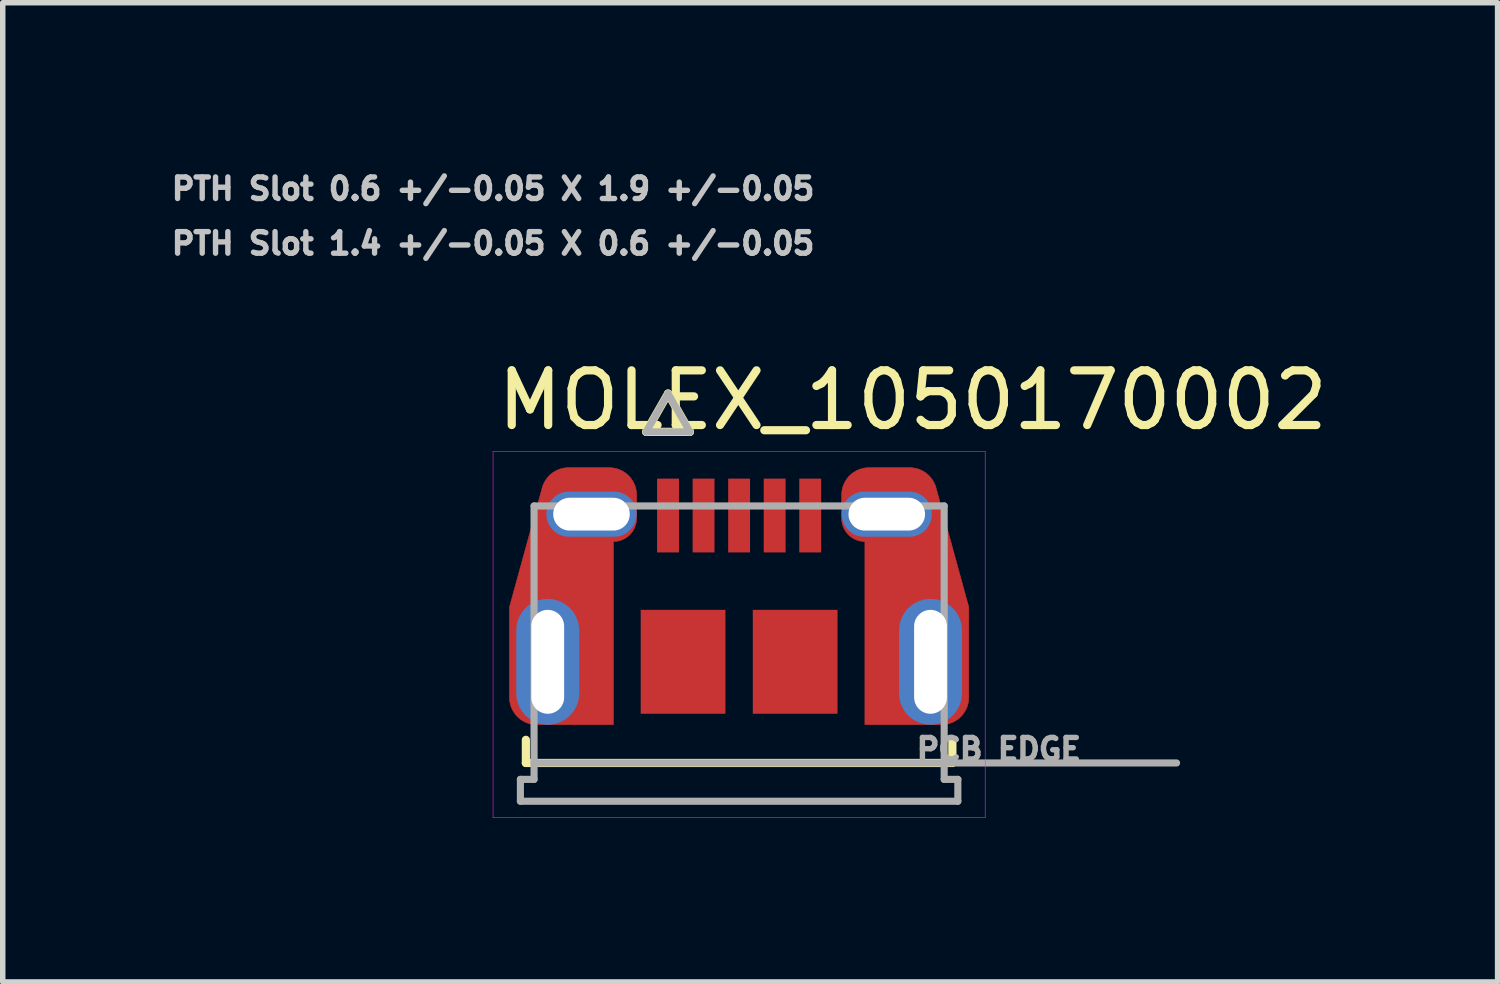
<source format=kicad_pcb>
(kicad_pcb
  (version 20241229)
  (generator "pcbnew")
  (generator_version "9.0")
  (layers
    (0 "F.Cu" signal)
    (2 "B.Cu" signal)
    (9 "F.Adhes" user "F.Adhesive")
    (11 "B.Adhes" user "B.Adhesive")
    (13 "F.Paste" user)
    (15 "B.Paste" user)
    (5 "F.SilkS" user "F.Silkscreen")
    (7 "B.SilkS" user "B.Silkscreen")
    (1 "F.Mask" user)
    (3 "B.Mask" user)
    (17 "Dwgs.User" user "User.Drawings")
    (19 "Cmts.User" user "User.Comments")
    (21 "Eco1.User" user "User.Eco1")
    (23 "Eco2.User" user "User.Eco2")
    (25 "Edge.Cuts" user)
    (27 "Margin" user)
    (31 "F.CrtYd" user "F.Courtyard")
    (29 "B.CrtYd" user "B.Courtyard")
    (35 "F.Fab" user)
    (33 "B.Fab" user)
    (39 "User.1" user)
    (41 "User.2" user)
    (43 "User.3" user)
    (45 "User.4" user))
  (footprint "MOLEX_1050170002"
    (layer "F.Cu")
    (at 10.467 10.903)
    (property "Reference" "MOLEX_1050170002" (at 3.175 -6.635 0) (layer "F.SilkS") (effects (font (size 1 1) (thickness 0.15))))
    (attr smd)
    (fp_poly (pts (xy -2.3 -0.7) (xy -2.3 -4.05) (xy -2.278 -4.051) (xy -2.256 -4.052) (xy -2.234 -4.055) (xy -2.212 -4.059) (xy -2.19 -4.064) (xy -2.169 -4.071) (xy -2.148 -4.078) (xy -2.127 -4.087) (xy -2.107 -4.096) (xy -2.087 -4.107) (xy -2.069 -4.119) (xy -2.05 -4.131) (xy -2.033 -4.145) (xy -2.016 -4.159) (xy -1.999 -4.174) (xy -1.984 -4.191) (xy -1.97 -4.208) (xy -1.956 -4.225) (xy -1.944 -4.244) (xy -1.932 -4.263) (xy -1.921 -4.282) (xy -1.912 -4.302) (xy -1.903 -4.323) (xy -1.896 -4.344) (xy -1.889 -4.365) (xy -1.884 -4.387) (xy -1.88 -4.409) (xy -1.877 -4.431) (xy -1.876 -4.453) (xy -1.875 -4.475) (xy -1.875 -4.9) (xy -1.876 -4.926) (xy -1.878 -4.952) (xy -1.881 -4.978) (xy -1.886 -5.004) (xy -1.892 -5.029) (xy -1.899 -5.055) (xy -1.908 -5.079) (xy -1.918 -5.103) (xy -1.929 -5.127) (xy -1.942 -5.15) (xy -1.956 -5.172) (xy -1.97 -5.194) (xy -1.986 -5.215) (xy -2.003 -5.235) (xy -2.021 -5.254) (xy -2.04 -5.272) (xy -2.06 -5.289) (xy -2.081 -5.305) (xy -2.103 -5.319) (xy -2.125 -5.333) (xy -2.148 -5.346) (xy -2.172 -5.357) (xy -2.196 -5.367) (xy -2.22 -5.376) (xy -2.246 -5.383) (xy -2.271 -5.389) (xy -2.297 -5.394) (xy -2.323 -5.397) (xy -2.349 -5.399) (xy -2.375 -5.4) (xy -3.119 -5.4) (xy -3.141 -5.4) (xy -3.162 -5.398) (xy -3.184 -5.396) (xy -3.206 -5.392) (xy -3.227 -5.388) (xy -3.248 -5.383) (xy -3.269 -5.377) (xy -3.29 -5.37) (xy -3.31 -5.362) (xy -3.33 -5.353) (xy -3.35 -5.344) (xy -3.369 -5.333) (xy -3.387 -5.322) (xy -3.406 -5.31) (xy -3.423 -5.297) (xy -3.44 -5.283) (xy -3.457 -5.269) (xy -3.472 -5.254) (xy -3.487 -5.238) (xy -3.502 -5.221) (xy -3.515 -5.204) (xy -3.528 -5.187) (xy -3.54 -5.169) (xy -3.552 -5.15) (xy -3.562 -5.131) (xy -3.572 -5.111) (xy -3.581 -5.091) (xy -3.589 -5.071) (xy -3.596 -5.05) (xy -3.601 -5.032) (xy -4.2 -2.85) (xy -4.2 -1.2) (xy -4.199 -1.174) (xy -4.197 -1.148) (xy -4.194 -1.122) (xy -4.189 -1.096) (xy -4.183 -1.071) (xy -4.176 -1.045) (xy -4.167 -1.021) (xy -4.157 -0.997) (xy -4.146 -0.973) (xy -4.133 -0.95) (xy -4.119 -0.928) (xy -4.105 -0.906) (xy -4.089 -0.885) (xy -4.072 -0.865) (xy -4.054 -0.846) (xy -4.035 -0.828) (xy -4.015 -0.811) (xy -3.994 -0.795) (xy -3.972 -0.781) (xy -3.95 -0.767) (xy -3.927 -0.754) (xy -3.903 -0.743) (xy -3.879 -0.733) (xy -3.855 -0.724) (xy -3.829 -0.717) (xy -3.804 -0.711) (xy -3.778 -0.706) (xy -3.752 -0.703) (xy -3.726 -0.701) (xy -3.7 -0.7) (xy -2.3 -0.7)) (stroke (width 0.01) (type solid)) (fill yes) (layer "F.Cu"))
    (fp_poly (pts (xy 2.3 -0.7) (xy 2.3 -4.05) (xy 2.278 -4.051) (xy 2.256 -4.052) (xy 2.234 -4.055) (xy 2.212 -4.059) (xy 2.19 -4.064) (xy 2.169 -4.071) (xy 2.148 -4.078) (xy 2.127 -4.087) (xy 2.107 -4.096) (xy 2.087 -4.107) (xy 2.069 -4.119) (xy 2.05 -4.131) (xy 2.033 -4.145) (xy 2.016 -4.159) (xy 1.999 -4.174) (xy 1.984 -4.191) (xy 1.97 -4.208) (xy 1.956 -4.225) (xy 1.944 -4.244) (xy 1.932 -4.262) (xy 1.921 -4.282) (xy 1.912 -4.302) (xy 1.903 -4.323) (xy 1.896 -4.344) (xy 1.889 -4.365) (xy 1.884 -4.387) (xy 1.88 -4.409) (xy 1.877 -4.431) (xy 1.876 -4.453) (xy 1.875 -4.475) (xy 1.875 -4.9) (xy 1.876 -4.926) (xy 1.878 -4.952) (xy 1.881 -4.978) (xy 1.886 -5.004) (xy 1.892 -5.029) (xy 1.899 -5.055) (xy 1.908 -5.079) (xy 1.918 -5.103) (xy 1.929 -5.127) (xy 1.942 -5.15) (xy 1.956 -5.172) (xy 1.97 -5.194) (xy 1.986 -5.215) (xy 2.003 -5.235) (xy 2.021 -5.254) (xy 2.04 -5.272) (xy 2.06 -5.289) (xy 2.081 -5.305) (xy 2.103 -5.319) (xy 2.125 -5.333) (xy 2.148 -5.346) (xy 2.172 -5.357) (xy 2.196 -5.367) (xy 2.22 -5.376) (xy 2.246 -5.383) (xy 2.271 -5.389) (xy 2.297 -5.394) (xy 2.323 -5.397) (xy 2.349 -5.399) (xy 2.375 -5.4) (xy 3.119 -5.4) (xy 3.141 -5.4) (xy 3.162 -5.398) (xy 3.184 -5.396) (xy 3.206 -5.392) (xy 3.227 -5.388) (xy 3.248 -5.383) (xy 3.269 -5.377) (xy 3.29 -5.37) (xy 3.31 -5.362) (xy 3.33 -5.353) (xy 3.35 -5.344) (xy 3.369 -5.333) (xy 3.387 -5.322) (xy 3.406 -5.31) (xy 3.423 -5.297) (xy 3.44 -5.283) (xy 3.457 -5.269) (xy 3.472 -5.254) (xy 3.487 -5.238) (xy 3.502 -5.221) (xy 3.515 -5.204) (xy 3.528 -5.187) (xy 3.54 -5.169) (xy 3.552 -5.15) (xy 3.562 -5.131) (xy 3.572 -5.111) (xy 3.581 -5.091) (xy 3.589 -5.071) (xy 3.596 -5.05) (xy 3.601 -5.032) (xy 4.2 -2.85) (xy 4.2 -1.2) (xy 4.199 -1.174) (xy 4.197 -1.148) (xy 4.194 -1.122) (xy 4.189 -1.096) (xy 4.183 -1.071) (xy 4.176 -1.045) (xy 4.167 -1.021) (xy 4.157 -0.997) (xy 4.146 -0.973) (xy 4.133 -0.95) (xy 4.119 -0.928) (xy 4.105 -0.906) (xy 4.089 -0.885) (xy 4.072 -0.865) (xy 4.054 -0.846) (xy 4.035 -0.828) (xy 4.015 -0.811) (xy 3.994 -0.795) (xy 3.972 -0.781) (xy 3.95 -0.767) (xy 3.927 -0.754) (xy 3.903 -0.743) (xy 3.879 -0.733) (xy 3.855 -0.724) (xy 3.829 -0.717) (xy 3.804 -0.711) (xy 3.778 -0.706) (xy 3.752 -0.703) (xy 3.726 -0.701) (xy 3.7 -0.7) (xy 2.3 -0.7)) (stroke (width 0.01) (type solid)) (fill yes) (layer "F.Cu"))
    (fp_poly (pts (xy -1.863 -2.864) (xy -0.186 -2.864) (xy -0.186 -0.837) (xy -1.863 -0.837)) (stroke (width 0.01) (type solid)) (fill yes) (layer "F.Mask"))
    (fp_poly (pts (xy -1.563 -5.263) (xy -1.036 -5.263) (xy -1.036 -3.787) (xy -1.563 -3.787)) (stroke (width 0.01) (type solid)) (fill yes) (layer "F.Mask"))
    (fp_poly (pts (xy -0.913 -5.263) (xy -0.387 -5.263) (xy -0.387 -3.787) (xy -0.913 -3.787)) (stroke (width 0.01) (type solid)) (fill yes) (layer "F.Mask"))
    (fp_poly (pts (xy -0.264 -5.263) (xy 0.264 -5.263) (xy 0.264 -3.787) (xy -0.264 -3.787)) (stroke (width 0.01) (type solid)) (fill yes) (layer "F.Mask"))
    (fp_poly (pts (xy 0.186 -2.864) (xy 1.863 -2.864) (xy 1.863 -0.837) (xy 0.186 -0.837)) (stroke (width 0.01) (type solid)) (fill yes) (layer "F.Mask"))
    (fp_poly (pts (xy 0.387 -5.263) (xy 0.913 -5.263) (xy 0.913 -3.787) (xy 0.387 -3.787)) (stroke (width 0.01) (type solid)) (fill yes) (layer "F.Mask"))
    (fp_poly (pts (xy 1.036 -5.263) (xy 1.563 -5.263) (xy 1.563 -3.787) (xy 1.036 -3.787)) (stroke (width 0.01) (type solid)) (fill yes) (layer "F.Mask"))
    (fp_poly (pts (xy -2.236 -0.636) (xy -2.236 -3.986) (xy -2.217 -3.99) (xy -2.196 -3.995) (xy -2.176 -4) (xy -2.156 -4.006) (xy -2.136 -4.013) (xy -2.117 -4.021) (xy -2.098 -4.03) (xy -2.079 -4.039) (xy -2.06 -4.049) (xy -2.042 -4.06) (xy -2.025 -4.072) (xy -2.008 -4.084) (xy -1.991 -4.097) (xy -1.975 -4.111) (xy -1.96 -4.125) (xy -1.945 -4.14) (xy -1.931 -4.155) (xy -1.917 -4.171) (xy -1.904 -4.188) (xy -1.892 -4.205) (xy -1.881 -4.223) (xy -1.87 -4.241) (xy -1.86 -4.259) (xy -1.851 -4.278) (xy -1.842 -4.297) (xy -1.834 -4.317) (xy -1.828 -4.337) (xy -1.821 -4.357) (xy -1.816 -4.377) (xy -1.812 -4.399) (xy -1.812 -4.9) (xy -1.812 -4.929) (xy -1.815 -4.959) (xy -1.818 -4.988) (xy -1.824 -5.017) (xy -1.831 -5.046) (xy -1.839 -5.074) (xy -1.849 -5.102) (xy -1.86 -5.129) (xy -1.873 -5.156) (xy -1.887 -5.182) (xy -1.902 -5.207) (xy -1.919 -5.231) (xy -1.937 -5.255) (xy -1.956 -5.277) (xy -1.977 -5.298) (xy -1.998 -5.319) (xy -2.02 -5.338) (xy -2.044 -5.356) (xy -2.068 -5.373) (xy -2.093 -5.388) (xy -2.119 -5.402) (xy -2.146 -5.415) (xy -2.173 -5.426) (xy -2.201 -5.436) (xy -2.229 -5.444) (xy -2.258 -5.451) (xy -2.287 -5.457) (xy -2.316 -5.46) (xy -2.346 -5.463) (xy -2.375 -5.463) (xy -3.101 -5.463) (xy -3.124 -5.463) (xy -3.148 -5.462) (xy -3.173 -5.46) (xy -3.197 -5.457) (xy -3.221 -5.452) (xy -3.245 -5.447) (xy -3.269 -5.441) (xy -3.292 -5.433) (xy -3.315 -5.425) (xy -3.338 -5.416) (xy -3.36 -5.405) (xy -3.382 -5.394) (xy -3.403 -5.382) (xy -3.424 -5.369) (xy -3.444 -5.355) (xy -3.464 -5.34) (xy -3.482 -5.324) (xy -3.501 -5.308) (xy -3.518 -5.29) (xy -3.535 -5.273) (xy -3.551 -5.254) (xy -3.566 -5.235) (xy -3.58 -5.215) (xy -3.593 -5.194) (xy -3.606 -5.173) (xy -3.617 -5.151) (xy -3.628 -5.129) (xy -3.638 -5.107) (xy -3.646 -5.084) (xy -3.655 -5.056) (xy -4.263 -2.876) (xy -4.263 -1.2) (xy -4.263 -1.171) (xy -4.26 -1.141) (xy -4.257 -1.112) (xy -4.251 -1.083) (xy -4.244 -1.054) (xy -4.236 -1.026) (xy -4.226 -0.998) (xy -4.215 -0.971) (xy -4.202 -0.944) (xy -4.188 -0.918) (xy -4.173 -0.893) (xy -4.156 -0.869) (xy -4.138 -0.845) (xy -4.119 -0.823) (xy -4.098 -0.802) (xy -4.077 -0.781) (xy -4.055 -0.762) (xy -4.031 -0.744) (xy -4.007 -0.727) (xy -3.982 -0.712) (xy -3.956 -0.698) (xy -3.929 -0.685) (xy -3.902 -0.674) (xy -3.874 -0.664) (xy -3.846 -0.656) (xy -3.817 -0.649) (xy -3.788 -0.643) (xy -3.759 -0.64) (xy -3.729 -0.637) (xy -3.7 -0.636) (xy -2.236 -0.636) (xy -2.236 -0.636)) (stroke (width 0.01) (type solid)) (fill yes) (layer "F.Mask"))
    (fp_poly (pts (xy 2.236 -0.636) (xy 2.236 -3.986) (xy 2.217 -3.99) (xy 2.196 -3.995) (xy 2.176 -4) (xy 2.156 -4.006) (xy 2.136 -4.013) (xy 2.117 -4.021) (xy 2.098 -4.03) (xy 2.079 -4.039) (xy 2.06 -4.049) (xy 2.042 -4.06) (xy 2.025 -4.072) (xy 2.008 -4.084) (xy 1.991 -4.097) (xy 1.975 -4.111) (xy 1.96 -4.125) (xy 1.945 -4.14) (xy 1.931 -4.155) (xy 1.917 -4.171) (xy 1.904 -4.188) (xy 1.892 -4.205) (xy 1.881 -4.223) (xy 1.87 -4.241) (xy 1.86 -4.259) (xy 1.851 -4.278) (xy 1.842 -4.297) (xy 1.834 -4.317) (xy 1.828 -4.337) (xy 1.821 -4.357) (xy 1.816 -4.377) (xy 1.812 -4.399) (xy 1.812 -4.9) (xy 1.812 -4.929) (xy 1.815 -4.959) (xy 1.818 -4.988) (xy 1.824 -5.017) (xy 1.831 -5.046) (xy 1.839 -5.074) (xy 1.849 -5.102) (xy 1.86 -5.129) (xy 1.873 -5.156) (xy 1.887 -5.182) (xy 1.902 -5.207) (xy 1.919 -5.231) (xy 1.937 -5.255) (xy 1.956 -5.277) (xy 1.977 -5.298) (xy 1.998 -5.319) (xy 2.02 -5.338) (xy 2.044 -5.356) (xy 2.068 -5.373) (xy 2.093 -5.388) (xy 2.119 -5.402) (xy 2.146 -5.415) (xy 2.173 -5.426) (xy 2.201 -5.436) (xy 2.229 -5.444) (xy 2.258 -5.451) (xy 2.287 -5.457) (xy 2.316 -5.46) (xy 2.346 -5.463) (xy 2.375 -5.463) (xy 3.101 -5.463) (xy 3.124 -5.463) (xy 3.148 -5.462) (xy 3.173 -5.46) (xy 3.197 -5.457) (xy 3.221 -5.452) (xy 3.245 -5.447) (xy 3.269 -5.441) (xy 3.292 -5.433) (xy 3.315 -5.425) (xy 3.338 -5.416) (xy 3.36 -5.405) (xy 3.382 -5.394) (xy 3.403 -5.382) (xy 3.424 -5.369) (xy 3.444 -5.355) (xy 3.464 -5.34) (xy 3.482 -5.324) (xy 3.501 -5.308) (xy 3.518 -5.29) (xy 3.535 -5.273) (xy 3.551 -5.254) (xy 3.566 -5.235) (xy 3.58 -5.215) (xy 3.593 -5.194) (xy 3.606 -5.173) (xy 3.617 -5.151) (xy 3.628 -5.129) (xy 3.638 -5.107) (xy 3.646 -5.084) (xy 3.655 -5.056) (xy 4.263 -2.876) (xy 4.263 -1.2) (xy 4.263 -1.171) (xy 4.26 -1.141) (xy 4.257 -1.112) (xy 4.251 -1.083) (xy 4.244 -1.054) (xy 4.236 -1.026) (xy 4.226 -0.998) (xy 4.215 -0.971) (xy 4.202 -0.944) (xy 4.188 -0.918) (xy 4.173 -0.893) (xy 4.156 -0.869) (xy 4.138 -0.845) (xy 4.119 -0.823) (xy 4.098 -0.802) (xy 4.077 -0.781) (xy 4.055 -0.762) (xy 4.031 -0.744) (xy 4.007 -0.727) (xy 3.982 -0.712) (xy 3.956 -0.698) (xy 3.929 -0.685) (xy 3.902 -0.674) (xy 3.874 -0.664) (xy 3.846 -0.656) (xy 3.817 -0.649) (xy 3.788 -0.643) (xy 3.759 -0.64) (xy 3.729 -0.637) (xy 3.7 -0.636) (xy 2.236 -0.636) (xy 2.236 -0.636)) (stroke (width 0.01) (type solid)) (fill yes) (layer "F.Mask"))
    (fp_poly (pts (xy -3.112 -5.026) (xy -2.288 -5.026) (xy -2.263 -5.025) (xy -2.238 -5.023) (xy -2.213 -5.02) (xy -2.189 -5.016) (xy -2.164 -5.01) (xy -2.14 -5.003) (xy -2.117 -4.994) (xy -2.094 -4.985) (xy -2.071 -4.974) (xy -2.05 -4.962) (xy -2.028 -4.949) (xy -2.008 -4.935) (xy -1.988 -4.92) (xy -1.969 -4.904) (xy -1.951 -4.887) (xy -1.934 -4.869) (xy -1.918 -4.85) (xy -1.902 -4.83) (xy -1.888 -4.809) (xy -1.875 -4.788) (xy -1.863 -4.766) (xy -1.853 -4.744) (xy -1.843 -4.721) (xy -1.835 -4.697) (xy -1.828 -4.673) (xy -1.822 -4.649) (xy -1.817 -4.624) (xy -1.814 -4.6) (xy -1.812 -4.575) (xy -1.812 -4.55) (xy -1.812 -4.525) (xy -1.814 -4.5) (xy -1.817 -4.476) (xy -1.822 -4.451) (xy -1.828 -4.427) (xy -1.835 -4.403) (xy -1.843 -4.379) (xy -1.853 -4.356) (xy -1.863 -4.334) (xy -1.875 -4.312) (xy -1.888 -4.291) (xy -1.902 -4.27) (xy -1.918 -4.25) (xy -1.934 -4.231) (xy -1.951 -4.213) (xy -1.969 -4.196) (xy -1.988 -4.18) (xy -2.008 -4.165) (xy -2.028 -4.151) (xy -2.05 -4.138) (xy -2.071 -4.126) (xy -2.094 -4.115) (xy -2.117 -4.106) (xy -2.14 -4.097) (xy -2.164 -4.09) (xy -2.189 -4.084) (xy -2.213 -4.08) (xy -2.238 -4.077) (xy -2.263 -4.075) (xy -2.288 -4.074) (xy -3.112 -4.074) (xy -3.137 -4.075) (xy -3.162 -4.077) (xy -3.187 -4.08) (xy -3.211 -4.084) (xy -3.236 -4.09) (xy -3.26 -4.097) (xy -3.283 -4.106) (xy -3.306 -4.115) (xy -3.329 -4.126) (xy -3.351 -4.138) (xy -3.372 -4.151) (xy -3.392 -4.165) (xy -3.412 -4.18) (xy -3.431 -4.196) (xy -3.449 -4.213) (xy -3.466 -4.231) (xy -3.482 -4.25) (xy -3.498 -4.27) (xy -3.512 -4.291) (xy -3.525 -4.312) (xy -3.537 -4.334) (xy -3.547 -4.356) (xy -3.557 -4.379) (xy -3.565 -4.403) (xy -3.572 -4.427) (xy -3.578 -4.451) (xy -3.583 -4.476) (xy -3.586 -4.5) (xy -3.588 -4.525) (xy -3.588 -4.55) (xy -3.588 -4.575) (xy -3.586 -4.6) (xy -3.583 -4.624) (xy -3.578 -4.649) (xy -3.572 -4.673) (xy -3.565 -4.697) (xy -3.557 -4.721) (xy -3.547 -4.744) (xy -3.537 -4.766) (xy -3.525 -4.788) (xy -3.512 -4.809) (xy -3.498 -4.83) (xy -3.482 -4.85) (xy -3.466 -4.869) (xy -3.449 -4.887) (xy -3.431 -4.904) (xy -3.412 -4.92) (xy -3.392 -4.935) (xy -3.372 -4.949) (xy -3.35 -4.962) (xy -3.329 -4.974) (xy -3.306 -4.985) (xy -3.283 -4.994) (xy -3.26 -5.003) (xy -3.236 -5.01) (xy -3.211 -5.016) (xy -3.187 -5.02) (xy -3.162 -5.023) (xy -3.137 -5.025) (xy -3.112 -5.026) (xy -3.112 -5.026)) (stroke (width 0.01) (type solid)) (fill yes) (layer "B.Mask"))
    (fp_poly (pts (xy -2.861 -2.425) (xy -2.861 -1.275) (xy -2.862 -1.242) (xy -2.865 -1.208) (xy -2.869 -1.175) (xy -2.875 -1.142) (xy -2.883 -1.11) (xy -2.893 -1.078) (xy -2.904 -1.046) (xy -2.917 -1.015) (xy -2.931 -0.985) (xy -2.947 -0.956) (xy -2.965 -0.927) (xy -2.983 -0.9) (xy -3.004 -0.873) (xy -3.026 -0.848) (xy -3.049 -0.824) (xy -3.073 -0.801) (xy -3.098 -0.779) (xy -3.125 -0.758) (xy -3.152 -0.74) (xy -3.181 -0.722) (xy -3.21 -0.706) (xy -3.24 -0.692) (xy -3.271 -0.679) (xy -3.303 -0.668) (xy -3.335 -0.658) (xy -3.367 -0.65) (xy -3.4 -0.644) (xy -3.433 -0.64) (xy -3.467 -0.637) (xy -3.5 -0.636) (xy -3.533 -0.637) (xy -3.567 -0.64) (xy -3.6 -0.644) (xy -3.633 -0.65) (xy -3.665 -0.658) (xy -3.697 -0.668) (xy -3.729 -0.679) (xy -3.76 -0.692) (xy -3.79 -0.706) (xy -3.819 -0.722) (xy -3.848 -0.74) (xy -3.875 -0.758) (xy -3.902 -0.779) (xy -3.927 -0.801) (xy -3.951 -0.824) (xy -3.974 -0.848) (xy -3.996 -0.873) (xy -4.017 -0.9) (xy -4.035 -0.927) (xy -4.053 -0.956) (xy -4.069 -0.985) (xy -4.083 -1.015) (xy -4.096 -1.046) (xy -4.107 -1.078) (xy -4.117 -1.11) (xy -4.125 -1.142) (xy -4.131 -1.175) (xy -4.135 -1.208) (xy -4.138 -1.242) (xy -4.138 -1.275) (xy -4.138 -2.425) (xy -4.138 -2.458) (xy -4.135 -2.492) (xy -4.131 -2.525) (xy -4.125 -2.558) (xy -4.117 -2.59) (xy -4.107 -2.622) (xy -4.096 -2.654) (xy -4.083 -2.685) (xy -4.069 -2.715) (xy -4.053 -2.744) (xy -4.035 -2.773) (xy -4.017 -2.8) (xy -3.996 -2.827) (xy -3.974 -2.852) (xy -3.951 -2.876) (xy -3.927 -2.899) (xy -3.902 -2.921) (xy -3.875 -2.942) (xy -3.848 -2.96) (xy -3.819 -2.978) (xy -3.79 -2.994) (xy -3.76 -3.008) (xy -3.729 -3.021) (xy -3.697 -3.032) (xy -3.665 -3.042) (xy -3.633 -3.05) (xy -3.6 -3.056) (xy -3.567 -3.06) (xy -3.533 -3.063) (xy -3.5 -3.063) (xy -3.467 -3.063) (xy -3.433 -3.06) (xy -3.4 -3.056) (xy -3.367 -3.05) (xy -3.335 -3.042) (xy -3.303 -3.032) (xy -3.271 -3.021) (xy -3.24 -3.008) (xy -3.21 -2.994) (xy -3.181 -2.978) (xy -3.152 -2.96) (xy -3.125 -2.942) (xy -3.098 -2.921) (xy -3.073 -2.899) (xy -3.049 -2.876) (xy -3.026 -2.852) (xy -3.004 -2.827) (xy -2.983 -2.8) (xy -2.965 -2.773) (xy -2.947 -2.744) (xy -2.931 -2.715) (xy -2.917 -2.685) (xy -2.904 -2.654) (xy -2.893 -2.622) (xy -2.883 -2.59) (xy -2.875 -2.558) (xy -2.869 -2.525) (xy -2.865 -2.492) (xy -2.862 -2.458) (xy -2.861 -2.425) (xy -2.861 -2.425)) (stroke (width 0.01) (type solid)) (fill yes) (layer "B.Mask"))
    (fp_poly (pts (xy 2.288 -5.026) (xy 3.112 -5.026) (xy 3.137 -5.025) (xy 3.162 -5.023) (xy 3.187 -5.02) (xy 3.211 -5.016) (xy 3.236 -5.01) (xy 3.26 -5.003) (xy 3.283 -4.994) (xy 3.306 -4.985) (xy 3.329 -4.974) (xy 3.35 -4.962) (xy 3.372 -4.949) (xy 3.392 -4.935) (xy 3.412 -4.92) (xy 3.431 -4.904) (xy 3.449 -4.887) (xy 3.466 -4.869) (xy 3.482 -4.85) (xy 3.498 -4.83) (xy 3.512 -4.809) (xy 3.525 -4.788) (xy 3.537 -4.766) (xy 3.547 -4.744) (xy 3.557 -4.721) (xy 3.565 -4.697) (xy 3.572 -4.673) (xy 3.578 -4.649) (xy 3.583 -4.624) (xy 3.586 -4.6) (xy 3.588 -4.575) (xy 3.588 -4.55) (xy 3.588 -4.525) (xy 3.586 -4.5) (xy 3.583 -4.476) (xy 3.578 -4.451) (xy 3.572 -4.427) (xy 3.565 -4.403) (xy 3.557 -4.379) (xy 3.547 -4.356) (xy 3.537 -4.334) (xy 3.525 -4.312) (xy 3.512 -4.291) (xy 3.498 -4.27) (xy 3.482 -4.25) (xy 3.466 -4.231) (xy 3.449 -4.213) (xy 3.431 -4.196) (xy 3.412 -4.18) (xy 3.392 -4.165) (xy 3.372 -4.151) (xy 3.35 -4.138) (xy 3.329 -4.126) (xy 3.306 -4.115) (xy 3.283 -4.106) (xy 3.26 -4.097) (xy 3.236 -4.09) (xy 3.211 -4.084) (xy 3.187 -4.08) (xy 3.162 -4.077) (xy 3.137 -4.075) (xy 3.112 -4.074) (xy 2.288 -4.074) (xy 2.263 -4.075) (xy 2.238 -4.077) (xy 2.213 -4.08) (xy 2.189 -4.084) (xy 2.164 -4.09) (xy 2.14 -4.097) (xy 2.117 -4.106) (xy 2.094 -4.115) (xy 2.071 -4.126) (xy 2.05 -4.138) (xy 2.028 -4.151) (xy 2.008 -4.165) (xy 1.988 -4.18) (xy 1.969 -4.196) (xy 1.951 -4.213) (xy 1.934 -4.231) (xy 1.918 -4.25) (xy 1.902 -4.27) (xy 1.888 -4.291) (xy 1.875 -4.312) (xy 1.863 -4.334) (xy 1.853 -4.356) (xy 1.843 -4.379) (xy 1.835 -4.403) (xy 1.828 -4.427) (xy 1.822 -4.451) (xy 1.817 -4.476) (xy 1.814 -4.5) (xy 1.812 -4.525) (xy 1.812 -4.55) (xy 1.812 -4.575) (xy 1.814 -4.6) (xy 1.817 -4.624) (xy 1.822 -4.649) (xy 1.828 -4.673) (xy 1.835 -4.697) (xy 1.843 -4.721) (xy 1.853 -4.744) (xy 1.863 -4.766) (xy 1.875 -4.788) (xy 1.888 -4.809) (xy 1.902 -4.83) (xy 1.918 -4.85) (xy 1.934 -4.869) (xy 1.951 -4.887) (xy 1.969 -4.904) (xy 1.988 -4.92) (xy 2.008 -4.935) (xy 2.028 -4.949) (xy 2.05 -4.962) (xy 2.071 -4.974) (xy 2.094 -4.985) (xy 2.117 -4.994) (xy 2.14 -5.003) (xy 2.164 -5.01) (xy 2.189 -5.016) (xy 2.213 -5.02) (xy 2.238 -5.023) (xy 2.263 -5.025) (xy 2.288 -5.026) (xy 2.288 -5.026)) (stroke (width 0.01) (type solid)) (fill yes) (layer "B.Mask"))
    (fp_poly (pts (xy 3.5 -3.063) (xy 3.533 -3.063) (xy 3.567 -3.06) (xy 3.6 -3.056) (xy 3.633 -3.05) (xy 3.665 -3.042) (xy 3.697 -3.032) (xy 3.729 -3.021) (xy 3.76 -3.008) (xy 3.79 -2.994) (xy 3.819 -2.978) (xy 3.848 -2.96) (xy 3.875 -2.942) (xy 3.902 -2.921) (xy 3.927 -2.899) (xy 3.951 -2.876) (xy 3.974 -2.852) (xy 3.996 -2.827) (xy 4.017 -2.8) (xy 4.035 -2.773) (xy 4.053 -2.744) (xy 4.069 -2.715) (xy 4.083 -2.685) (xy 4.096 -2.654) (xy 4.107 -2.622) (xy 4.117 -2.59) (xy 4.125 -2.558) (xy 4.131 -2.525) (xy 4.135 -2.492) (xy 4.138 -2.458) (xy 4.138 -2.425) (xy 4.138 -1.275) (xy 4.138 -1.242) (xy 4.135 -1.208) (xy 4.131 -1.175) (xy 4.125 -1.142) (xy 4.117 -1.11) (xy 4.107 -1.078) (xy 4.096 -1.046) (xy 4.083 -1.015) (xy 4.069 -0.985) (xy 4.053 -0.956) (xy 4.035 -0.927) (xy 4.017 -0.9) (xy 3.996 -0.873) (xy 3.974 -0.848) (xy 3.951 -0.824) (xy 3.927 -0.801) (xy 3.902 -0.779) (xy 3.875 -0.758) (xy 3.848 -0.74) (xy 3.819 -0.722) (xy 3.79 -0.706) (xy 3.76 -0.692) (xy 3.729 -0.679) (xy 3.697 -0.668) (xy 3.665 -0.658) (xy 3.633 -0.65) (xy 3.6 -0.644) (xy 3.567 -0.64) (xy 3.533 -0.637) (xy 3.5 -0.636) (xy 3.467 -0.637) (xy 3.433 -0.64) (xy 3.4 -0.644) (xy 3.367 -0.65) (xy 3.335 -0.658) (xy 3.303 -0.668) (xy 3.271 -0.679) (xy 3.24 -0.692) (xy 3.21 -0.706) (xy 3.181 -0.722) (xy 3.152 -0.74) (xy 3.125 -0.758) (xy 3.098 -0.779) (xy 3.073 -0.801) (xy 3.049 -0.824) (xy 3.026 -0.848) (xy 3.004 -0.873) (xy 2.983 -0.9) (xy 2.965 -0.927) (xy 2.947 -0.956) (xy 2.931 -0.985) (xy 2.917 -1.015) (xy 2.904 -1.046) (xy 2.893 -1.078) (xy 2.883 -1.11) (xy 2.875 -1.142) (xy 2.869 -1.175) (xy 2.865 -1.208) (xy 2.862 -1.242) (xy 2.861 -1.275) (xy 2.861 -2.425) (xy 2.862 -2.458) (xy 2.865 -2.492) (xy 2.869 -2.525) (xy 2.875 -2.558) (xy 2.883 -2.59) (xy 2.893 -2.622) (xy 2.904 -2.654) (xy 2.917 -2.685) (xy 2.931 -2.715) (xy 2.947 -2.744) (xy 2.965 -2.773) (xy 2.983 -2.8) (xy 3.004 -2.827) (xy 3.026 -2.852) (xy 3.049 -2.876) (xy 3.073 -2.899) (xy 3.098 -2.921) (xy 3.125 -2.942) (xy 3.152 -2.96) (xy 3.181 -2.978) (xy 3.21 -2.994) (xy 3.24 -3.008) (xy 3.271 -3.021) (xy 3.303 -3.032) (xy 3.335 -3.042) (xy 3.367 -3.05) (xy 3.4 -3.056) (xy 3.433 -3.06) (xy 3.467 -3.063) (xy 3.5 -3.063) (xy 3.5 -3.063)) (stroke (width 0.01) (type solid)) (fill yes) (layer "B.Mask"))
    (fp_line (start -3.9 0) (end -3.9 -0.423) (stroke (width 0.15) (type solid)) (layer "F.SilkS"))
    (fp_line (start -1.7 -6.055) (end -0.9 -6.055) (stroke (width 0.15) (type solid)) (layer "F.SilkS"))
    (fp_line (start -1.3 -6.755) (end -1.7 -6.055) (stroke (width 0.15) (type solid)) (layer "F.SilkS"))
    (fp_line (start -0.9 -6.055) (end -1.3 -6.755) (stroke (width 0.15) (type solid)) (layer "F.SilkS"))
    (fp_line (start 3.9 0) (end -3.9 0) (stroke (width 0.15) (type solid)) (layer "F.SilkS"))
    (fp_line (start 3.9 0) (end 3.9 -0.423) (stroke (width 0.15) (type solid)) (layer "F.SilkS"))
    (fp_line (start -4.5 -5.7) (end 4.5 -5.7) (stroke (width 0.01) (type solid)) (layer "F.CrtYd"))
    (fp_line (start -4.5 1) (end -4.5 -5.7) (stroke (width 0.01) (type solid)) (layer "F.CrtYd"))
    (fp_line (start 4.5 -5.7) (end 4.5 1) (stroke (width 0.01) (type solid)) (layer "F.CrtYd"))
    (fp_line (start 4.5 1) (end -4.5 1) (stroke (width 0.01) (type solid)) (layer "F.CrtYd"))
    (fp_line (start -4 0.3) (end -3.75 0.3) (stroke (width 0.13) (type solid)) (layer "F.Fab"))
    (fp_line (start -4 0.7) (end -4 0.3) (stroke (width 0.13) (type solid)) (layer "F.Fab"))
    (fp_line (start -3.75 -4.7) (end 3.75 -4.7) (stroke (width 0.13) (type solid)) (layer "F.Fab"))
    (fp_line (start -3.75 0) (end -3.75 -4.7) (stroke (width 0.13) (type solid)) (layer "F.Fab"))
    (fp_line (start -3.75 0.3) (end -3.75 0) (stroke (width 0.13) (type solid)) (layer "F.Fab"))
    (fp_line (start -1.7 -6.055) (end -0.9 -6.055) (stroke (width 0.13) (type solid)) (layer "F.Fab"))
    (fp_line (start -1.3 -6.755) (end -1.7 -6.055) (stroke (width 0.13) (type solid)) (layer "F.Fab"))
    (fp_line (start -0.9 -6.055) (end -1.3 -6.755) (stroke (width 0.13) (type solid)) (layer "F.Fab"))
    (fp_line (start 3.75 -4.7) (end 3.75 0) (stroke (width 0.13) (type solid)) (layer "F.Fab"))
    (fp_line (start 3.75 0) (end -3.75 0) (stroke (width 0.13) (type solid)) (layer "F.Fab"))
    (fp_line (start 3.75 0) (end 8 0) (stroke (width 0.13) (type solid)) (layer "F.Fab"))
    (fp_line (start 3.75 0.3) (end 3.75 0) (stroke (width 0.13) (type solid)) (layer "F.Fab"))
    (fp_line (start 4 0.3) (end 3.75 0.3) (stroke (width 0.13) (type solid)) (layer "F.Fab"))
    (fp_line (start 4 0.7) (end -4 0.7) (stroke (width 0.13) (type solid)) (layer "F.Fab"))
    (fp_line (start 4 0.7) (end 4 0.3) (stroke (width 0.13) (type solid)) (layer "F.Fab"))
    (fp_text user "PTH Slot 1.4 +/-0.05 X 0.6 +/-0.05" (at -4.5 -9.5 0) (layer "Dwgs.User") (effects (font (size 0.394 0.394) (thickness 0.15))))
    (fp_text user "PTH Slot 0.6 +/-0.05 X 1.9 +/-0.05" (at -4.5 -10.5 0) (layer "Dwgs.User") (effects (font (size 0.394 0.394) (thickness 0.15))))
    (fp_text user "PCB EDGE" (at 4.75 -0.25 0) (layer "F.Fab") (effects (font (size 0.394 0.394) (thickness 0.15))))
    (pad "1" smd rect (at -1.3 -4.525) (size 0.4 1.35) (layers "F.Cu" "F.Paste"))
    (pad "2" smd rect (at -0.65 -4.525) (size 0.4 1.35) (layers "F.Cu" "F.Paste"))
    (pad "3" smd rect (at 0 -4.525) (size 0.4 1.35) (layers "F.Cu" "F.Paste"))
    (pad "4" smd rect (at 0.65 -4.525) (size 0.4 1.35) (layers "F.Cu" "F.Paste"))
    (pad "5" smd rect (at 1.3 -4.525) (size 0.4 1.35) (layers "F.Cu" "F.Paste"))
    (pad "SH1" thru_hole oval (at -2.7 -4.55) (size 1.65 0.825) (drill oval 1.4 0.6) (layers "*.Cu"))
    (pad "SH2" thru_hole oval (at -3.5 -1.85) (size 1.15 2.3) (drill oval 0.6 1.9) (layers "*.Cu"))
    (pad "SH3" thru_hole oval (at 2.7 -4.55) (size 1.65 0.825) (drill oval 1.4 0.6) (layers "*.Cu"))
    (pad "SH4" thru_hole oval (at 3.5 -1.85) (size 1.15 2.3) (drill oval 0.6 1.9) (layers "*.Cu"))
    (pad "SH5" smd rect (at -1.025 -1.85) (size 1.55 1.9) (layers "F.Cu" "F.Paste"))
    (pad "SH6" smd rect (at 1.025 -1.85) (size 1.55 1.9) (layers "F.Cu" "F.Paste")))
  (gr_rect
    (start -3 -3)
    (end 24.338 14.908)
    (stroke (width 0.1) (type default))
    (fill no)
    (layer "Edge.Cuts")))
</source>
